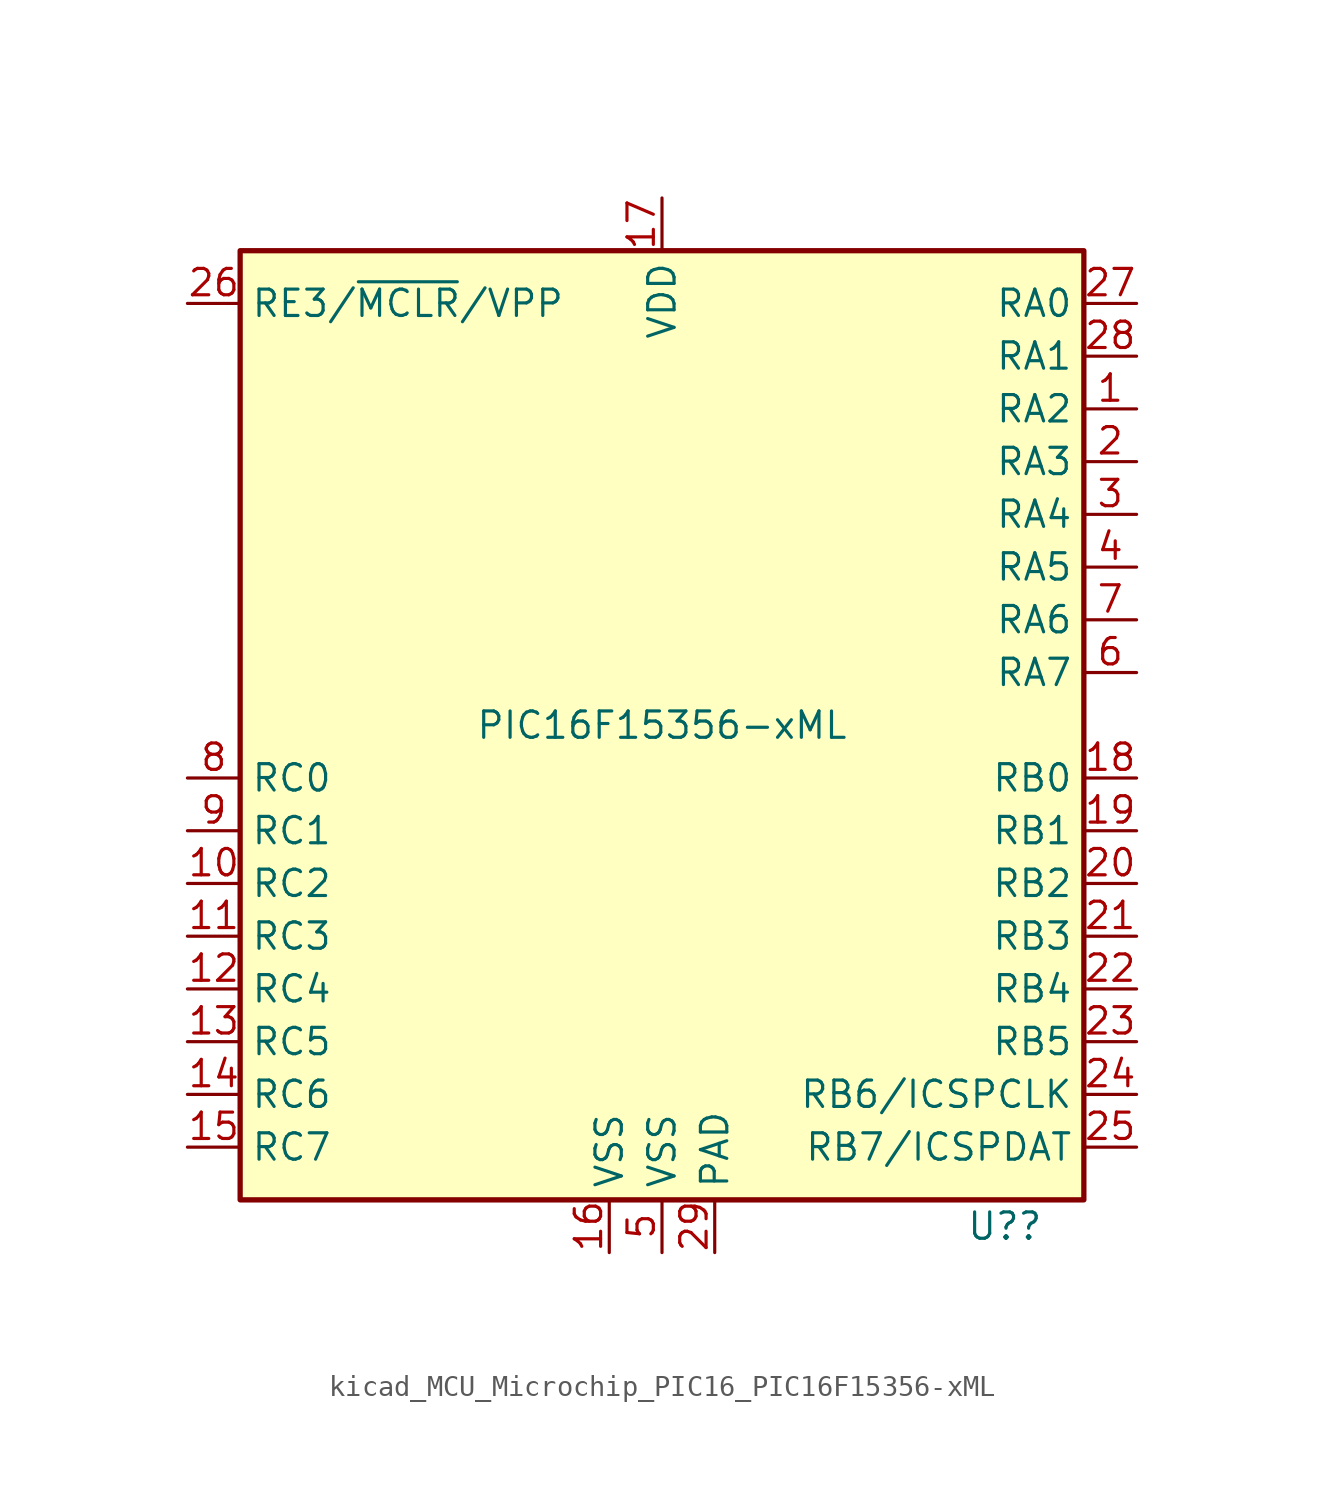
<source format=kicad_sym>
(kicad_symbol_lib
  (version 20220914)
  (generator kicad_symbol_editor)
  (symbol "kicad_MCU_Microchip_PIC16_PIC16F15356-xML"
    (property "Reference" "U?"
      (at 16.51 -24.13 0)
      (effects (font (size 1.27 1.27))))
    (property "Value" "PIC16F15356-xML"
      (at 0 0 0)
      (effects (font (size 1.27 1.27))))
    (symbol "kicad_MCU_Microchip_PIC16_PIC16F15356-xML_0_0"
      (pin power_in line (at 2.54 -25.4 90) (length 2.54) (name "PAD" (effects (font (size 1.27 1.27)))) (number "29" (effects (font (size 1.27 1.27))))))
    (symbol "kicad_MCU_Microchip_PIC16_PIC16F15356-xML_0_1"
      (rectangle (start -20.32 -22.86) (end 20.32 22.86) (stroke (width 0.254) (type default)) (fill (type background))))
    (symbol "kicad_MCU_Microchip_PIC16_PIC16F15356-xML_1_1"
      (pin bidirectional line (at 22.86 15.24 180) (length 2.54) (name "RA2" (effects (font (size 1.27 1.27)))) (number "1" (effects (font (size 1.27 1.27)))))
      (pin bidirectional line (at -22.86 -7.62 0) (length 2.54) (name "RC2" (effects (font (size 1.27 1.27)))) (number "10" (effects (font (size 1.27 1.27)))))
      (pin bidirectional line (at -22.86 -10.16 0) (length 2.54) (name "RC3" (effects (font (size 1.27 1.27)))) (number "11" (effects (font (size 1.27 1.27)))))
      (pin bidirectional line (at -22.86 -12.7 0) (length 2.54) (name "RC4" (effects (font (size 1.27 1.27)))) (number "12" (effects (font (size 1.27 1.27)))))
      (pin bidirectional line (at -22.86 -15.24 0) (length 2.54) (name "RC5" (effects (font (size 1.27 1.27)))) (number "13" (effects (font (size 1.27 1.27)))))
      (pin bidirectional line (at -22.86 -17.78 0) (length 2.54) (name "RC6" (effects (font (size 1.27 1.27)))) (number "14" (effects (font (size 1.27 1.27)))))
      (pin bidirectional line (at -22.86 -20.32 0) (length 2.54) (name "RC7" (effects (font (size 1.27 1.27)))) (number "15" (effects (font (size 1.27 1.27)))))
      (pin power_in line (at -2.54 -25.4 90) (length 2.54) (name "VSS" (effects (font (size 1.27 1.27)))) (number "16" (effects (font (size 1.27 1.27)))))
      (pin power_in line (at 0 25.4 270) (length 2.54) (name "VDD" (effects (font (size 1.27 1.27)))) (number "17" (effects (font (size 1.27 1.27)))))
      (pin bidirectional line (at 22.86 -2.54 180) (length 2.54) (name "RB0" (effects (font (size 1.27 1.27)))) (number "18" (effects (font (size 1.27 1.27)))))
      (pin bidirectional line (at 22.86 -5.08 180) (length 2.54) (name "RB1" (effects (font (size 1.27 1.27)))) (number "19" (effects (font (size 1.27 1.27)))))
      (pin bidirectional line (at 22.86 12.7 180) (length 2.54) (name "RA3" (effects (font (size 1.27 1.27)))) (number "2" (effects (font (size 1.27 1.27)))))
      (pin bidirectional line (at 22.86 -7.62 180) (length 2.54) (name "RB2" (effects (font (size 1.27 1.27)))) (number "20" (effects (font (size 1.27 1.27)))))
      (pin bidirectional line (at 22.86 -10.16 180) (length 2.54) (name "RB3" (effects (font (size 1.27 1.27)))) (number "21" (effects (font (size 1.27 1.27)))))
      (pin bidirectional line (at 22.86 -12.7 180) (length 2.54) (name "RB4" (effects (font (size 1.27 1.27)))) (number "22" (effects (font (size 1.27 1.27)))))
      (pin bidirectional line (at 22.86 -15.24 180) (length 2.54) (name "RB5" (effects (font (size 1.27 1.27)))) (number "23" (effects (font (size 1.27 1.27)))))
      (pin bidirectional line (at 22.86 -17.78 180) (length 2.54) (name "RB6/ICSPCLK" (effects (font (size 1.27 1.27)))) (number "24" (effects (font (size 1.27 1.27)))))
      (pin bidirectional line (at 22.86 -20.32 180) (length 2.54) (name "RB7/ICSPDAT" (effects (font (size 1.27 1.27)))) (number "25" (effects (font (size 1.27 1.27)))))
      (pin bidirectional line (at -22.86 20.32 0) (length 2.54) (name "RE3/~{MCLR}/VPP" (effects (font (size 1.27 1.27)))) (number "26" (effects (font (size 1.27 1.27)))))
      (pin bidirectional line (at 22.86 20.32 180) (length 2.54) (name "RA0" (effects (font (size 1.27 1.27)))) (number "27" (effects (font (size 1.27 1.27)))))
      (pin bidirectional line (at 22.86 17.78 180) (length 2.54) (name "RA1" (effects (font (size 1.27 1.27)))) (number "28" (effects (font (size 1.27 1.27)))))
      (pin bidirectional line (at 22.86 10.16 180) (length 2.54) (name "RA4" (effects (font (size 1.27 1.27)))) (number "3" (effects (font (size 1.27 1.27)))))
      (pin bidirectional line (at 22.86 7.62 180) (length 2.54) (name "RA5" (effects (font (size 1.27 1.27)))) (number "4" (effects (font (size 1.27 1.27)))))
      (pin power_in line (at 0 -25.4 90) (length 2.54) (name "VSS" (effects (font (size 1.27 1.27)))) (number "5" (effects (font (size 1.27 1.27)))))
      (pin bidirectional line (at 22.86 2.54 180) (length 2.54) (name "RA7" (effects (font (size 1.27 1.27)))) (number "6" (effects (font (size 1.27 1.27)))))
      (pin bidirectional line (at 22.86 5.08 180) (length 2.54) (name "RA6" (effects (font (size 1.27 1.27)))) (number "7" (effects (font (size 1.27 1.27)))))
      (pin bidirectional line (at -22.86 -2.54 0) (length 2.54) (name "RC0" (effects (font (size 1.27 1.27)))) (number "8" (effects (font (size 1.27 1.27)))))
      (pin bidirectional line (at -22.86 -5.08 0) (length 2.54) (name "RC1" (effects (font (size 1.27 1.27)))) (number "9" (effects (font (size 1.27 1.27))))))))
</source>
